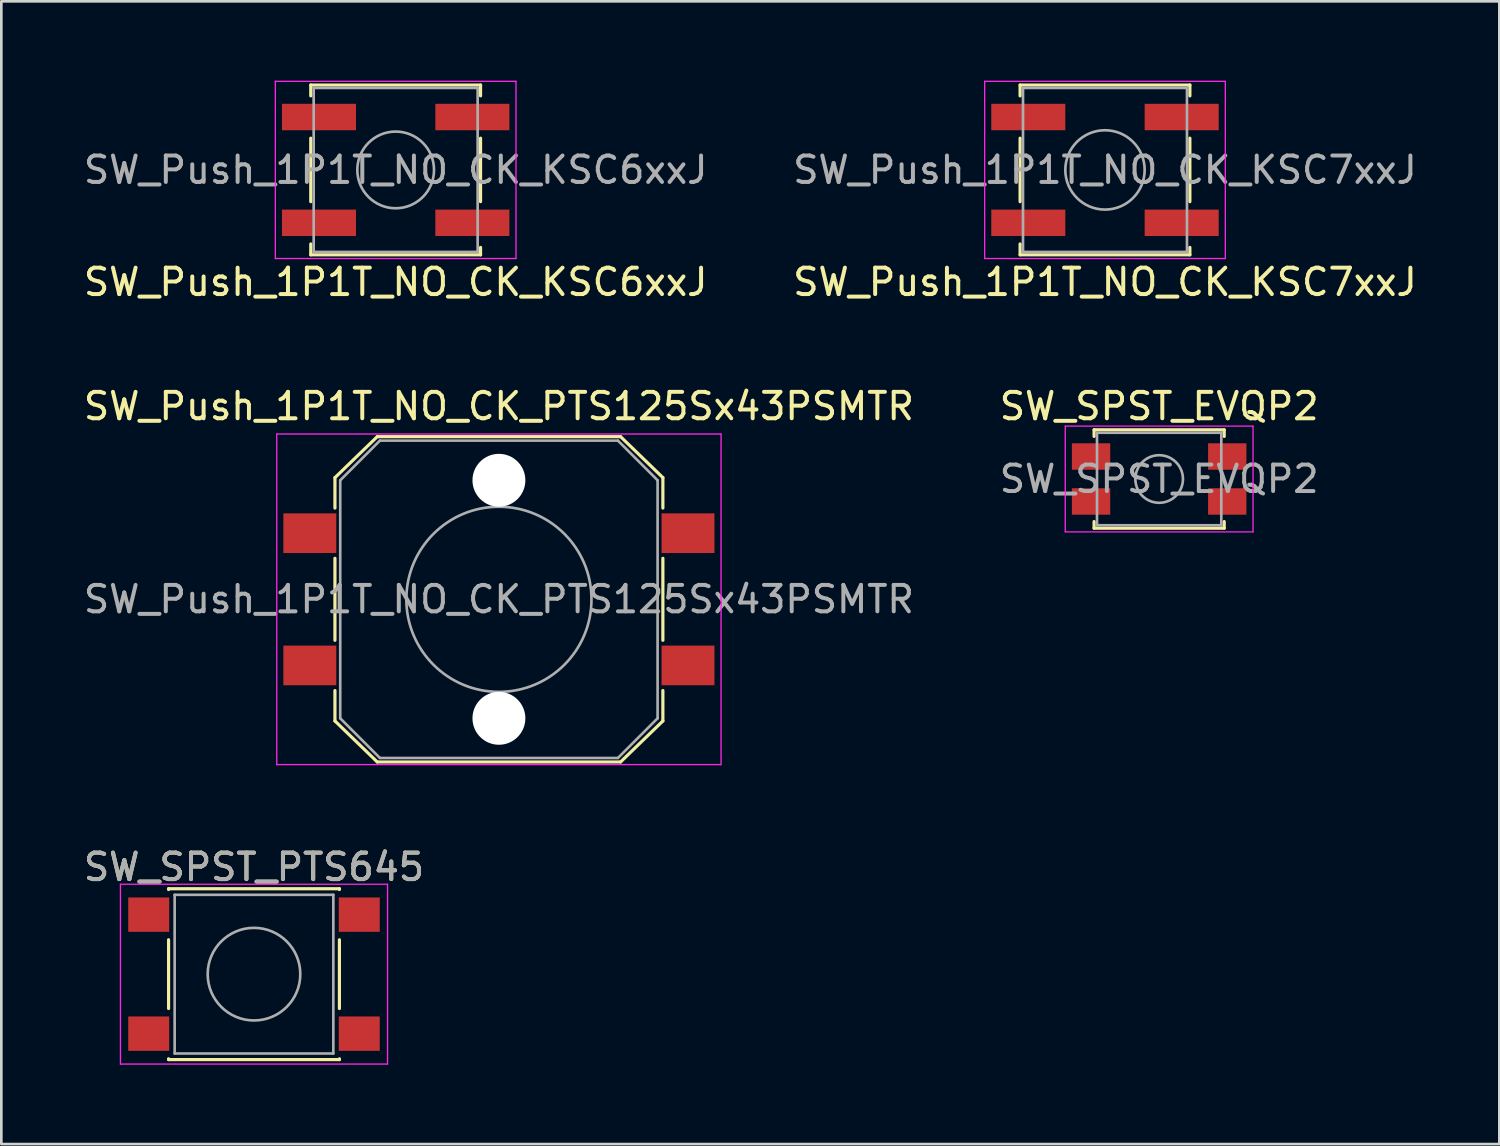
<source format=kicad_pcb>
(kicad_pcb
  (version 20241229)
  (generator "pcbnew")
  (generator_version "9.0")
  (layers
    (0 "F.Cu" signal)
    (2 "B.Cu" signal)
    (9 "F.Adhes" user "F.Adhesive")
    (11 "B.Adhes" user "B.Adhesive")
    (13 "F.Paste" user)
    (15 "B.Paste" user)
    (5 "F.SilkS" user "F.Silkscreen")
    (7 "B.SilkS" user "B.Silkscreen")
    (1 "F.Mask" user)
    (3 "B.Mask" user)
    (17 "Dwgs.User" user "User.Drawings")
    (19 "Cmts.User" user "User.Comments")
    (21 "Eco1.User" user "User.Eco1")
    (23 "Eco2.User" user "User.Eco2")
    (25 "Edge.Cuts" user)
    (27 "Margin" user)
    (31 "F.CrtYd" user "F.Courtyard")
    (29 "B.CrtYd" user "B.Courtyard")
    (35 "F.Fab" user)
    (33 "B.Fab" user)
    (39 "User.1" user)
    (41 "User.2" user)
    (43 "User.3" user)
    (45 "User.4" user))
  (footprint "SW_Push_1P1T_NO_CK_PTS125Sx43PSMTR"
    (layer "F.Cu")
    (at 15.815 19.611)
    (property "Reference" "SW_Push_1P1T_NO_CK_PTS125Sx43PSMTR" (at 0 -7.3 0) (layer "F.SilkS") (effects (font (size 1 1) (thickness 0.15))))
    (attr smd)
    (fp_line (start -6.2 -4.6) (end -4.6 -6.15) (stroke (width 0.12) (type solid)) (layer "F.SilkS"))
    (fp_line (start -6.2 -3.45) (end -6.2 -4.6) (stroke (width 0.12) (type solid)) (layer "F.SilkS"))
    (fp_line (start -6.2 -1.55) (end -6.2 1.55) (stroke (width 0.12) (type solid)) (layer "F.SilkS"))
    (fp_line (start -6.2 3.45) (end -6.2 4.6) (stroke (width 0.12) (type solid)) (layer "F.SilkS"))
    (fp_line (start -6.2 4.6) (end -4.6 6.15) (stroke (width 0.12) (type solid)) (layer "F.SilkS"))
    (fp_line (start -4.6 -6.15) (end 4.6 -6.15) (stroke (width 0.12) (type solid)) (layer "F.SilkS"))
    (fp_line (start -4.6 6.15) (end 4.6 6.15) (stroke (width 0.12) (type solid)) (layer "F.SilkS"))
    (fp_line (start 4.6 -6.15) (end 6.2 -4.6) (stroke (width 0.12) (type solid)) (layer "F.SilkS"))
    (fp_line (start 4.6 6.15) (end 6.2 4.6) (stroke (width 0.12) (type solid)) (layer "F.SilkS"))
    (fp_line (start 6.2 -3.45) (end 6.2 -4.6) (stroke (width 0.12) (type solid)) (layer "F.SilkS"))
    (fp_line (start 6.2 -1.55) (end 6.2 1.55) (stroke (width 0.12) (type solid)) (layer "F.SilkS"))
    (fp_line (start 6.2 3.45) (end 6.2 4.6) (stroke (width 0.12) (type solid)) (layer "F.SilkS"))
    (fp_line (start -8.4 -6.25) (end 8.4 -6.25) (stroke (width 0.05) (type solid)) (layer "F.CrtYd"))
    (fp_line (start -8.4 6.25) (end -8.4 -6.25) (stroke (width 0.05) (type solid)) (layer "F.CrtYd"))
    (fp_line (start 8.4 -6.25) (end 8.4 6.25) (stroke (width 0.05) (type solid)) (layer "F.CrtYd"))
    (fp_line (start 8.4 6.25) (end -8.4 6.25) (stroke (width 0.05) (type solid)) (layer "F.CrtYd"))
    (fp_line (start -6 -4.5) (end -6 4.5) (stroke (width 0.1) (type solid)) (layer "F.Fab"))
    (fp_line (start -6 -4.5) (end -4.5 -6) (stroke (width 0.1) (type solid)) (layer "F.Fab"))
    (fp_line (start -4.5 6) (end -6 4.5) (stroke (width 0.1) (type solid)) (layer "F.Fab"))
    (fp_line (start -4.5 6) (end 4.5 6) (stroke (width 0.1) (type solid)) (layer "F.Fab"))
    (fp_line (start 4.5 -6) (end -4.5 -6) (stroke (width 0.1) (type solid)) (layer "F.Fab"))
    (fp_line (start 4.5 -6) (end 6 -4.5) (stroke (width 0.1) (type solid)) (layer "F.Fab"))
    (fp_line (start 6 4.5) (end 4.5 6) (stroke (width 0.1) (type solid)) (layer "F.Fab"))
    (fp_line (start 6 4.5) (end 6 -4.5) (stroke (width 0.1) (type solid)) (layer "F.Fab"))
    (fp_circle (center 0 0) (end 3.5 0) (stroke (width 0.1) (type solid)) (fill no) (layer "F.Fab"))
    (fp_text user "${REFERENCE}" (at 0 0 0) (layer "F.Fab") (effects (font (size 1 1) (thickness 0.15))))
    (pad "" np_thru_hole circle (at 0 -4.5) (size 2 2) (drill 2) (layers "*.Cu" "*.Mask"))
    (pad "" np_thru_hole circle (at 0 4.5) (size 2 2) (drill 2) (layers "*.Cu" "*.Mask"))
    (pad "1" smd rect (at -7.15 -2.5) (size 2 1.5) (layers "F.Cu" "F.Mask" "F.Paste"))
    (pad "1" smd rect (at 7.15 -2.5) (size 2 1.5) (layers "F.Cu" "F.Mask" "F.Paste"))
    (pad "2" smd rect (at -7.15 2.5) (size 2 1.5) (layers "F.Cu" "F.Mask" "F.Paste"))
    (pad "2" smd rect (at 7.15 2.5) (size 2 1.5) (layers "F.Cu" "F.Mask" "F.Paste")))
  (footprint "SW_Push_1P1T_NO_CK_KSC6xxJ"
    (layer "F.Cu")
    (at 11.911 3.375)
    (property "Reference" "SW_Push_1P1T_NO_CK_KSC6xxJ" (at 0 4.24 0) (layer "F.SilkS") (effects (font (size 1 1) (thickness 0.15))))
    (attr smd)
    (fp_line (start -3.21 -3.21) (end -3.21 -2.8) (stroke (width 0.12) (type solid)) (layer "F.SilkS"))
    (fp_line (start -3.21 -1.2) (end -3.21 1.2) (stroke (width 0.12) (type solid)) (layer "F.SilkS"))
    (fp_line (start -3.21 2.8) (end -3.21 3.21) (stroke (width 0.12) (type solid)) (layer "F.SilkS"))
    (fp_line (start -3.21 3.21) (end 3.21 3.21) (stroke (width 0.12) (type solid)) (layer "F.SilkS"))
    (fp_line (start 3.21 -3.21) (end -3.21 -3.21) (stroke (width 0.12) (type solid)) (layer "F.SilkS"))
    (fp_line (start 3.21 -2.8) (end 3.21 -3.21) (stroke (width 0.12) (type solid)) (layer "F.SilkS"))
    (fp_line (start 3.21 1.2) (end 3.21 -1.2) (stroke (width 0.12) (type solid)) (layer "F.SilkS"))
    (fp_line (start 3.21 3.21) (end 3.21 2.93) (stroke (width 0.12) (type solid)) (layer "F.SilkS"))
    (fp_line (start -4.55 -3.35) (end 4.55 -3.35) (stroke (width 0.05) (type solid)) (layer "F.CrtYd"))
    (fp_line (start -4.55 3.35) (end -4.55 -3.35) (stroke (width 0.05) (type solid)) (layer "F.CrtYd"))
    (fp_line (start 4.55 -3.35) (end 4.55 3.35) (stroke (width 0.05) (type solid)) (layer "F.CrtYd"))
    (fp_line (start 4.55 3.35) (end -4.55 3.35) (stroke (width 0.05) (type solid)) (layer "F.CrtYd"))
    (fp_line (start -3.1 -3.1) (end 3.1 -3.1) (stroke (width 0.1) (type solid)) (layer "F.Fab"))
    (fp_line (start -3.1 3.1) (end -3.1 -3.1) (stroke (width 0.1) (type solid)) (layer "F.Fab"))
    (fp_line (start 3.1 -3.1) (end 3.1 3.1) (stroke (width 0.1) (type solid)) (layer "F.Fab"))
    (fp_line (start 3.1 3.1) (end -3.1 3.1) (stroke (width 0.1) (type solid)) (layer "F.Fab"))
    (fp_circle (center 0 0) (end 1.45 0) (stroke (width 0.1) (type solid)) (fill no) (layer "F.Fab"))
    (fp_text user "${REFERENCE}" (at 0 0 0) (layer "F.Fab") (effects (font (size 1 1) (thickness 0.15))))
    (pad "1" smd rect (at -2.9 -2) (size 2.8 1) (layers "F.Cu" "F.Mask" "F.Paste"))
    (pad "1" smd rect (at 2.9 -2) (size 2.8 1) (layers "F.Cu" "F.Mask" "F.Paste"))
    (pad "2" smd rect (at -2.9 2) (size 2.8 1) (layers "F.Cu" "F.Mask" "F.Paste"))
    (pad "2" smd rect (at 2.9 2) (size 2.8 1) (layers "F.Cu" "F.Mask" "F.Paste")))
  (footprint "SW_SPST_PTS645"
    (layer "F.Cu")
    (at 6.554 33.785)
    (property "Reference" "SW_SPST_PTS645" (at 0 -4.05 0) (layer "F.SilkS") (effects (font (size 1 1) (thickness 0.15))))
    (attr smd)
    (fp_line (start -3.23 -3.23) (end 3.23 -3.23) (stroke (width 0.12) (type solid)) (layer "F.SilkS"))
    (fp_line (start -3.23 -3.2) (end -3.23 -3.23) (stroke (width 0.12) (type solid)) (layer "F.SilkS"))
    (fp_line (start -3.23 -1.3) (end -3.23 1.3) (stroke (width 0.12) (type solid)) (layer "F.SilkS"))
    (fp_line (start -3.23 3.23) (end -3.23 3.2) (stroke (width 0.12) (type solid)) (layer "F.SilkS"))
    (fp_line (start -3.23 3.23) (end 3.23 3.23) (stroke (width 0.12) (type solid)) (layer "F.SilkS"))
    (fp_line (start 3.23 -3.23) (end 3.23 -3.2) (stroke (width 0.12) (type solid)) (layer "F.SilkS"))
    (fp_line (start 3.23 -1.3) (end 3.23 1.3) (stroke (width 0.12) (type solid)) (layer "F.SilkS"))
    (fp_line (start 3.23 3.23) (end 3.23 3.2) (stroke (width 0.12) (type solid)) (layer "F.SilkS"))
    (fp_line (start -5.05 -3.4) (end -5.05 3.4) (stroke (width 0.05) (type solid)) (layer "F.CrtYd"))
    (fp_line (start -5.05 -3.4) (end 5.05 -3.4) (stroke (width 0.05) (type solid)) (layer "F.CrtYd"))
    (fp_line (start -5.05 3.4) (end 5.05 3.4) (stroke (width 0.05) (type solid)) (layer "F.CrtYd"))
    (fp_line (start 5.05 3.4) (end 5.05 -3.4) (stroke (width 0.05) (type solid)) (layer "F.CrtYd"))
    (fp_line (start -3 -3) (end -3 3) (stroke (width 0.1) (type solid)) (layer "F.Fab"))
    (fp_line (start -3 3) (end 3 3) (stroke (width 0.1) (type solid)) (layer "F.Fab"))
    (fp_line (start 3 -3) (end -3 -3) (stroke (width 0.1) (type solid)) (layer "F.Fab"))
    (fp_line (start 3 3) (end 3 -3) (stroke (width 0.1) (type solid)) (layer "F.Fab"))
    (fp_circle (center 0 0) (end 1.75 -0.05) (stroke (width 0.1) (type solid)) (fill no) (layer "F.Fab"))
    (fp_text user "${REFERENCE}" (at 0 -4.05 0) (layer "F.Fab") (effects (font (size 1 1) (thickness 0.15))))
    (pad "1" smd rect (at -3.98 -2.25) (size 1.55 1.3) (layers "F.Cu" "F.Mask" "F.Paste"))
    (pad "1" smd rect (at 3.98 -2.25) (size 1.55 1.3) (layers "F.Cu" "F.Mask" "F.Paste"))
    (pad "2" smd rect (at -3.98 2.25) (size 1.55 1.3) (layers "F.Cu" "F.Mask" "F.Paste"))
    (pad "2" smd rect (at 3.98 2.25) (size 1.55 1.3) (layers "F.Cu" "F.Mask" "F.Paste")))
  (footprint "SW_SPST_EVQP2"
    (layer "F.Cu")
    (at 40.78 15.062)
    (property "Reference" "SW_SPST_EVQP2" (at 0 -2.75 0) (layer "F.SilkS") (effects (font (size 1 1) (thickness 0.15))))
    (attr smd)
    (fp_line (start -2.46 -1.86) (end -2.46 -1.61) (stroke (width 0.12) (type solid)) (layer "F.SilkS"))
    (fp_line (start -2.46 1.61) (end -2.46 1.86) (stroke (width 0.12) (type solid)) (layer "F.SilkS"))
    (fp_line (start -2.46 1.86) (end 2.46 1.86) (stroke (width 0.12) (type solid)) (layer "F.SilkS"))
    (fp_line (start 2.46 -1.86) (end -2.46 -1.86) (stroke (width 0.12) (type solid)) (layer "F.SilkS"))
    (fp_line (start 2.46 -1.86) (end 2.46 -1.61) (stroke (width 0.12) (type solid)) (layer "F.SilkS"))
    (fp_line (start 2.46 1.61) (end 2.46 1.86) (stroke (width 0.12) (type solid)) (layer "F.SilkS"))
    (fp_line (start -3.55 -2) (end 3.55 -2) (stroke (width 0.05) (type solid)) (layer "F.CrtYd"))
    (fp_line (start -3.55 2) (end -3.55 -2) (stroke (width 0.05) (type solid)) (layer "F.CrtYd"))
    (fp_line (start 3.55 -2) (end 3.55 2) (stroke (width 0.05) (type solid)) (layer "F.CrtYd"))
    (fp_line (start 3.55 2) (end -3.55 2) (stroke (width 0.05) (type solid)) (layer "F.CrtYd"))
    (fp_line (start -2.35 -1.75) (end 2.35 -1.75) (stroke (width 0.1) (type solid)) (layer "F.Fab"))
    (fp_line (start -2.35 1.75) (end -2.35 -1.75) (stroke (width 0.1) (type solid)) (layer "F.Fab"))
    (fp_line (start 2.35 -1.75) (end 2.35 1.75) (stroke (width 0.1) (type solid)) (layer "F.Fab"))
    (fp_line (start 2.35 1.75) (end -2.35 1.75) (stroke (width 0.1) (type solid)) (layer "F.Fab"))
    (fp_circle (center 0 0) (end 0.9 0) (stroke (width 0.1) (type solid)) (fill no) (layer "F.Fab"))
    (fp_text user "${REFERENCE}" (at 0 0 0) (layer "F.Fab") (effects (font (size 1 1) (thickness 0.15))))
    (pad "1" smd rect (at -2.575 -0.85) (size 1.45 1) (layers "F.Cu" "F.Mask" "F.Paste"))
    (pad "1" smd rect (at 2.575 -0.85) (size 1.45 1) (layers "F.Cu" "F.Mask" "F.Paste"))
    (pad "2" smd rect (at -2.575 0.85) (size 1.45 1) (layers "F.Cu" "F.Mask" "F.Paste"))
    (pad "2" smd rect (at 2.575 0.85) (size 1.45 1) (layers "F.Cu" "F.Mask" "F.Paste")))
  (footprint "SW_Push_1P1T_NO_CK_KSC7xxJ"
    (layer "F.Cu")
    (at 38.732 3.375)
    (property "Reference" "SW_Push_1P1T_NO_CK_KSC7xxJ" (at 0 4.24 0) (layer "F.SilkS") (effects (font (size 1 1) (thickness 0.15))))
    (attr smd)
    (fp_line (start -3.21 -3.21) (end -3.21 -2.8) (stroke (width 0.12) (type solid)) (layer "F.SilkS"))
    (fp_line (start -3.21 -1.2) (end -3.21 1.2) (stroke (width 0.12) (type solid)) (layer "F.SilkS"))
    (fp_line (start -3.21 2.8) (end -3.21 3.21) (stroke (width 0.12) (type solid)) (layer "F.SilkS"))
    (fp_line (start -3.21 3.21) (end 3.21 3.21) (stroke (width 0.12) (type solid)) (layer "F.SilkS"))
    (fp_line (start 3.21 -3.21) (end -3.21 -3.21) (stroke (width 0.12) (type solid)) (layer "F.SilkS"))
    (fp_line (start 3.21 -2.8) (end 3.21 -3.21) (stroke (width 0.12) (type solid)) (layer "F.SilkS"))
    (fp_line (start 3.21 1.2) (end 3.21 -1.2) (stroke (width 0.12) (type solid)) (layer "F.SilkS"))
    (fp_line (start 3.21 3.21) (end 3.21 2.93) (stroke (width 0.12) (type solid)) (layer "F.SilkS"))
    (fp_line (start -4.55 -3.35) (end 4.55 -3.35) (stroke (width 0.05) (type solid)) (layer "F.CrtYd"))
    (fp_line (start -4.55 3.35) (end -4.55 -3.35) (stroke (width 0.05) (type solid)) (layer "F.CrtYd"))
    (fp_line (start 4.55 -3.35) (end 4.55 3.35) (stroke (width 0.05) (type solid)) (layer "F.CrtYd"))
    (fp_line (start 4.55 3.35) (end -4.55 3.35) (stroke (width 0.05) (type solid)) (layer "F.CrtYd"))
    (fp_line (start -3.1 -3.1) (end 3.1 -3.1) (stroke (width 0.1) (type solid)) (layer "F.Fab"))
    (fp_line (start -3.1 3.1) (end -3.1 -3.1) (stroke (width 0.1) (type solid)) (layer "F.Fab"))
    (fp_line (start 3.1 -3.1) (end 3.1 3.1) (stroke (width 0.1) (type solid)) (layer "F.Fab"))
    (fp_line (start 3.1 3.1) (end -3.1 3.1) (stroke (width 0.1) (type solid)) (layer "F.Fab"))
    (fp_circle (center 0 0) (end 1.5 0) (stroke (width 0.1) (type solid)) (fill no) (layer "F.Fab"))
    (fp_text user "${REFERENCE}" (at 0 0 0) (layer "F.Fab") (effects (font (size 1 1) (thickness 0.15))))
    (pad "1" smd rect (at -2.9 -2) (size 2.8 1) (layers "F.Cu" "F.Mask" "F.Paste"))
    (pad "1" smd rect (at 2.9 -2) (size 2.8 1) (layers "F.Cu" "F.Mask" "F.Paste"))
    (pad "2" smd rect (at -2.9 2) (size 2.8 1) (layers "F.Cu" "F.Mask" "F.Paste"))
    (pad "2" smd rect (at 2.9 2) (size 2.8 1) (layers "F.Cu" "F.Mask" "F.Paste")))
  (gr_rect
    (start -3 -3)
    (end 53.643 40.21)
    (stroke (width 0.1) (type default))
    (fill no)
    (layer "Edge.Cuts")))
</source>
